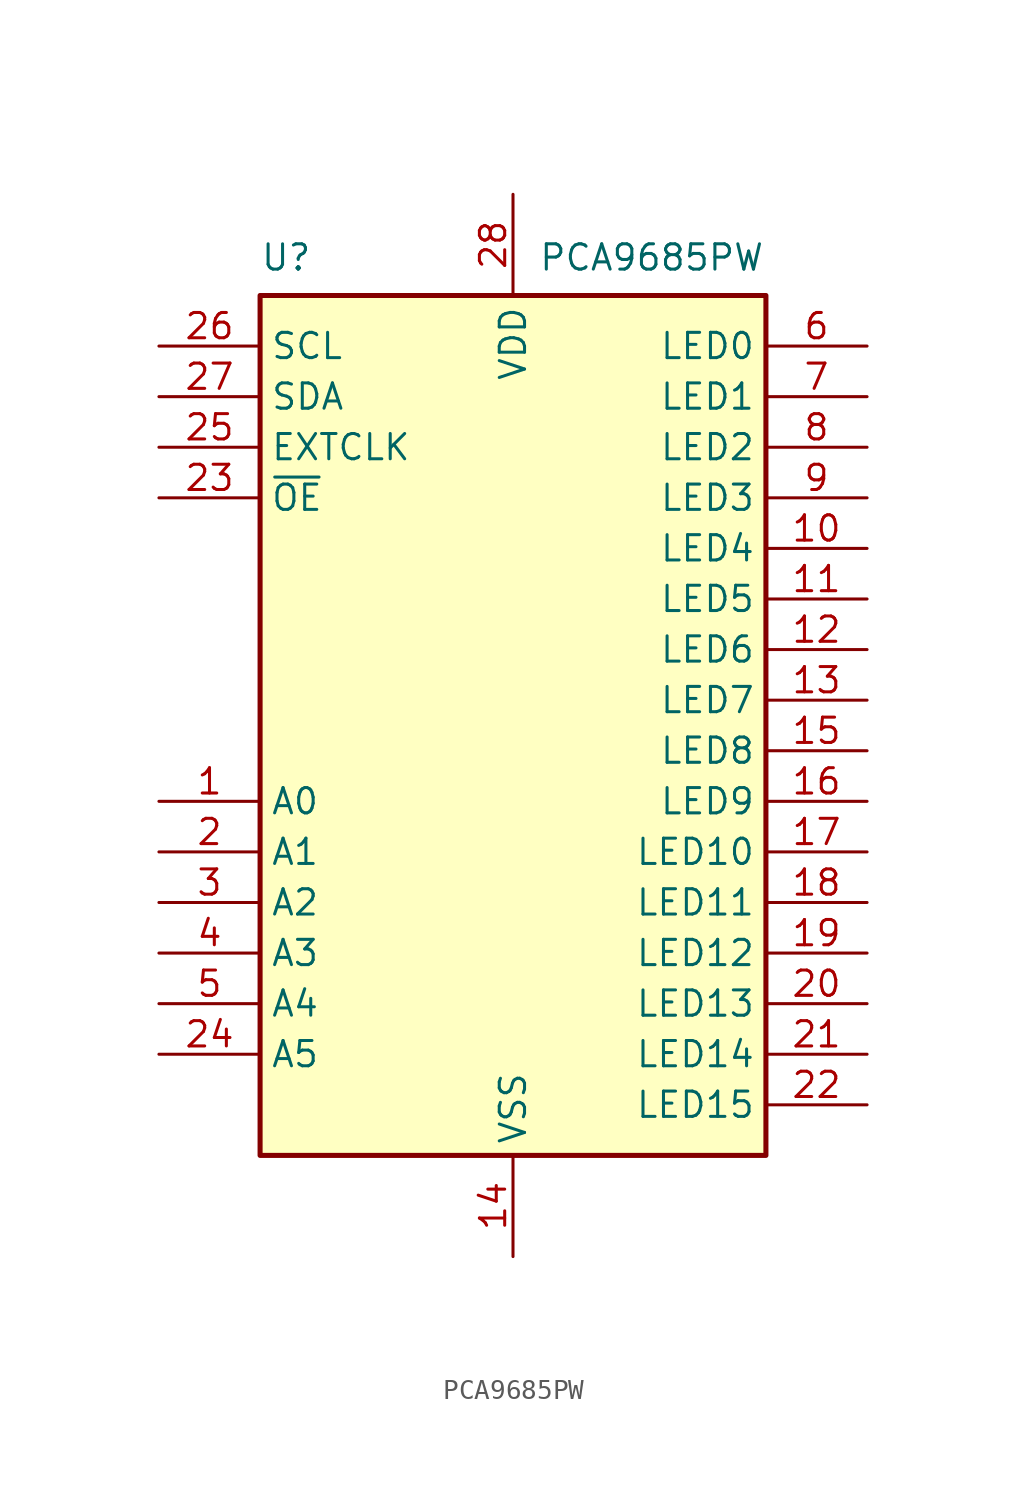
<source format=kicad_sym>
(kicad_symbol_lib
  (version 20210619)
  (generator kicad_symbol_editor)
  (symbol "custom:PCA9685PW"
    (property "Reference" "U"
      (at -12.7 22.225 0)
      (effects (font (size 1.27 1.27)) (justify left)))
    (property "Value" "PCA9685PW"
      (at 1.27 22.225 0)
      (effects (font (size 1.27 1.27)) (justify left)))
    (symbol "PCA9685PW_0_1"
      (rectangle (start -12.7 20.32) (end 12.7 -22.86) (stroke (width 0.254)) (fill (type background))))
    (symbol "PCA9685PW_1_1"
      (pin input line (at -17.78 -5.08 0) (length 5.08) (name "A0" (effects (font (size 1.27 1.27)))) (number "1" (effects (font (size 1.27 1.27)))))
      (pin output line (at 17.78 7.62 180) (length 5.08) (name "LED4" (effects (font (size 1.27 1.27)))) (number "10" (effects (font (size 1.27 1.27)))))
      (pin output line (at 17.78 5.08 180) (length 5.08) (name "LED5" (effects (font (size 1.27 1.27)))) (number "11" (effects (font (size 1.27 1.27)))))
      (pin output line (at 17.78 2.54 180) (length 5.08) (name "LED6" (effects (font (size 1.27 1.27)))) (number "12" (effects (font (size 1.27 1.27)))))
      (pin output line (at 17.78 0 180) (length 5.08) (name "LED7" (effects (font (size 1.27 1.27)))) (number "13" (effects (font (size 1.27 1.27)))))
      (pin power_in line (at 0 -27.94 90) (length 5.08) (name "VSS" (effects (font (size 1.27 1.27)))) (number "14" (effects (font (size 1.27 1.27)))))
      (pin output line (at 17.78 -2.54 180) (length 5.08) (name "LED8" (effects (font (size 1.27 1.27)))) (number "15" (effects (font (size 1.27 1.27)))))
      (pin output line (at 17.78 -5.08 180) (length 5.08) (name "LED9" (effects (font (size 1.27 1.27)))) (number "16" (effects (font (size 1.27 1.27)))))
      (pin output line (at 17.78 -7.62 180) (length 5.08) (name "LED10" (effects (font (size 1.27 1.27)))) (number "17" (effects (font (size 1.27 1.27)))))
      (pin output line (at 17.78 -10.16 180) (length 5.08) (name "LED11" (effects (font (size 1.27 1.27)))) (number "18" (effects (font (size 1.27 1.27)))))
      (pin output line (at 17.78 -12.7 180) (length 5.08) (name "LED12" (effects (font (size 1.27 1.27)))) (number "19" (effects (font (size 1.27 1.27)))))
      (pin input line (at -17.78 -7.62 0) (length 5.08) (name "A1" (effects (font (size 1.27 1.27)))) (number "2" (effects (font (size 1.27 1.27)))))
      (pin output line (at 17.78 -15.24 180) (length 5.08) (name "LED13" (effects (font (size 1.27 1.27)))) (number "20" (effects (font (size 1.27 1.27)))))
      (pin output line (at 17.78 -17.78 180) (length 5.08) (name "LED14" (effects (font (size 1.27 1.27)))) (number "21" (effects (font (size 1.27 1.27)))))
      (pin output line (at 17.78 -20.32 180) (length 5.08) (name "LED15" (effects (font (size 1.27 1.27)))) (number "22" (effects (font (size 1.27 1.27)))))
      (pin input line (at -17.78 10.16 0) (length 5.08) (name "~{OE}" (effects (font (size 1.27 1.27)))) (number "23" (effects (font (size 1.27 1.27)))))
      (pin input line (at -17.78 -17.78 0) (length 5.08) (name "A5" (effects (font (size 1.27 1.27)))) (number "24" (effects (font (size 1.27 1.27)))))
      (pin input line (at -17.78 12.7 0) (length 5.08) (name "EXTCLK" (effects (font (size 1.27 1.27)))) (number "25" (effects (font (size 1.27 1.27)))))
      (pin input line (at -17.78 17.78 0) (length 5.08) (name "SCL" (effects (font (size 1.27 1.27)))) (number "26" (effects (font (size 1.27 1.27)))))
      (pin bidirectional line (at -17.78 15.24 0) (length 5.08) (name "SDA" (effects (font (size 1.27 1.27)))) (number "27" (effects (font (size 1.27 1.27)))))
      (pin power_in line (at 0 25.4 270) (length 5.08) (name "VDD" (effects (font (size 1.27 1.27)))) (number "28" (effects (font (size 1.27 1.27)))))
      (pin input line (at -17.78 -10.16 0) (length 5.08) (name "A2" (effects (font (size 1.27 1.27)))) (number "3" (effects (font (size 1.27 1.27)))))
      (pin input line (at -17.78 -12.7 0) (length 5.08) (name "A3" (effects (font (size 1.27 1.27)))) (number "4" (effects (font (size 1.27 1.27)))))
      (pin input line (at -17.78 -15.24 0) (length 5.08) (name "A4" (effects (font (size 1.27 1.27)))) (number "5" (effects (font (size 1.27 1.27)))))
      (pin output line (at 17.78 17.78 180) (length 5.08) (name "LED0" (effects (font (size 1.27 1.27)))) (number "6" (effects (font (size 1.27 1.27)))))
      (pin output line (at 17.78 15.24 180) (length 5.08) (name "LED1" (effects (font (size 1.27 1.27)))) (number "7" (effects (font (size 1.27 1.27)))))
      (pin output line (at 17.78 12.7 180) (length 5.08) (name "LED2" (effects (font (size 1.27 1.27)))) (number "8" (effects (font (size 1.27 1.27)))))
      (pin output line (at 17.78 10.16 180) (length 5.08) (name "LED3" (effects (font (size 1.27 1.27)))) (number "9" (effects (font (size 1.27 1.27))))))))
</source>
